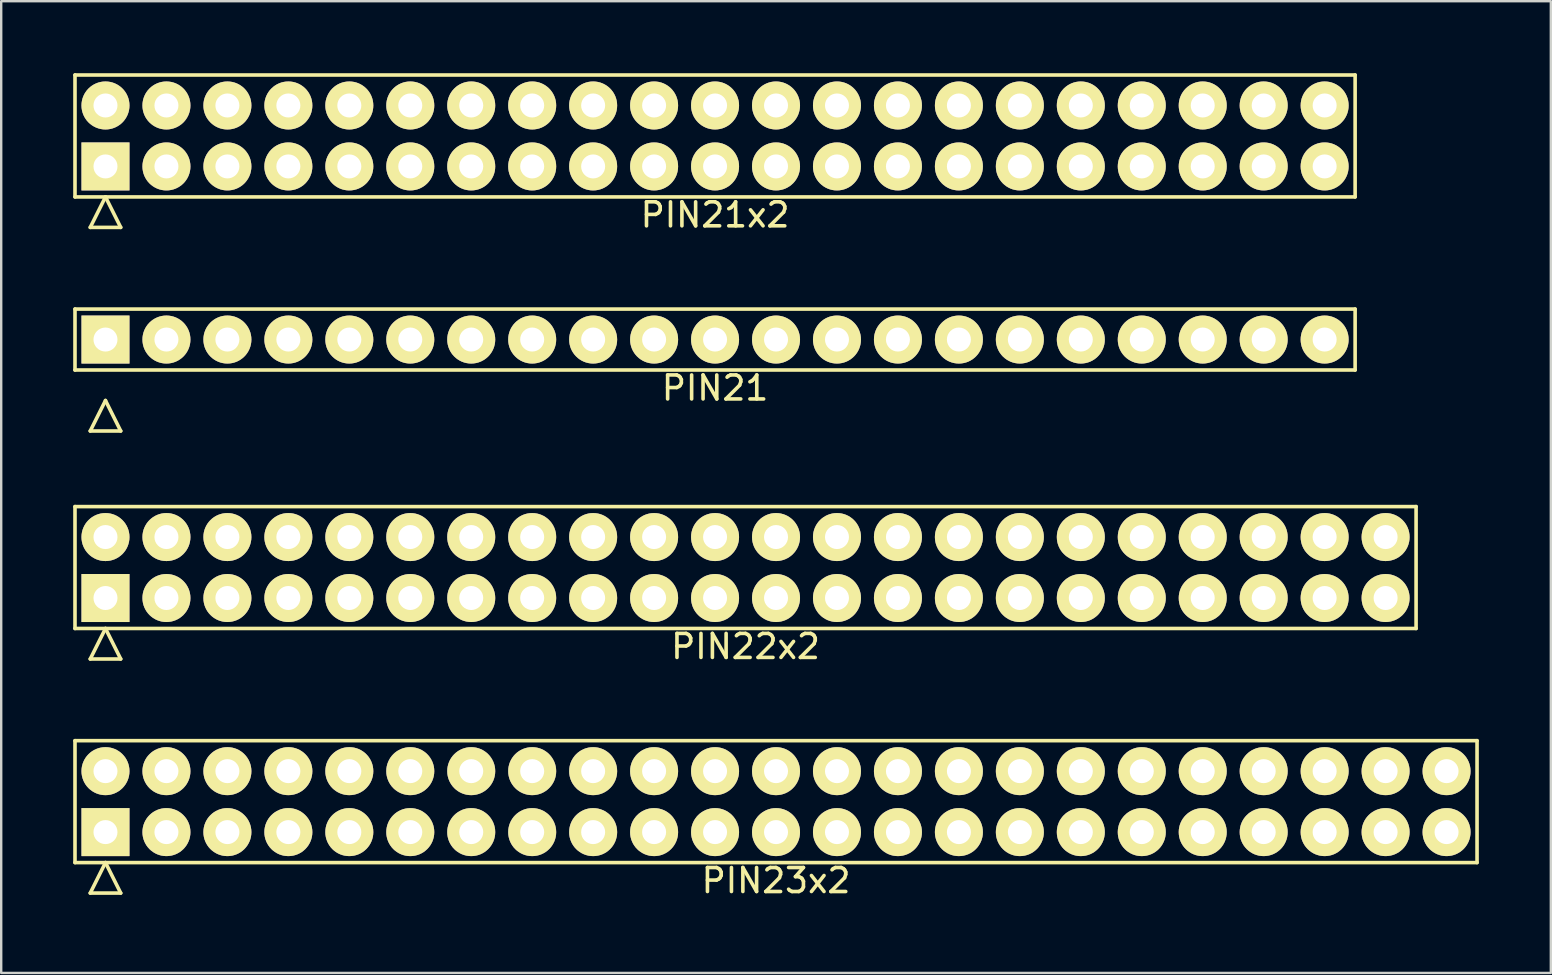
<source format=kicad_pcb>
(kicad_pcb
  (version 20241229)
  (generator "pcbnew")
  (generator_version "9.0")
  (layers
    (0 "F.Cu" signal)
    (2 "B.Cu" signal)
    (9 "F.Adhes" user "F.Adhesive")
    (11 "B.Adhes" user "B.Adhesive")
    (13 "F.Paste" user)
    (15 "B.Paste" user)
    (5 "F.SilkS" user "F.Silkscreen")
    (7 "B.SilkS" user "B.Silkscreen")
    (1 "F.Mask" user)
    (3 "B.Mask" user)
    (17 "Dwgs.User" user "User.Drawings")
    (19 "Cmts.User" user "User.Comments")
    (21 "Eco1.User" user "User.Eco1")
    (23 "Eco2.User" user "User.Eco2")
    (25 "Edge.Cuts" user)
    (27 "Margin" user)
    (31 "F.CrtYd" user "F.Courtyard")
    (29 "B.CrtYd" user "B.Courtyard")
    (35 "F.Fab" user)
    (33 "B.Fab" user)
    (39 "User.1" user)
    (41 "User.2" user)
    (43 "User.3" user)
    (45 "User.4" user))
  (footprint "PIN21"
    (layer "F.Cu")
    (at 26.745 11.098)
    (property "Reference" "PIN21" (at 0 2.02 0) (layer "F.SilkS") (effects (font (size 1 1) (thickness 0.15))))
    (attr through_hole)
    (fp_line (start -26.67 -1.27) (end -26.67 1.27) (stroke (width 0.15) (type solid)) (layer "F.SilkS"))
    (fp_line (start -26.67 1.27) (end 26.67 1.27) (stroke (width 0.15) (type solid)) (layer "F.SilkS"))
    (fp_line (start -26.035 3.81) (end -25.4 2.54) (stroke (width 0.15) (type solid)) (layer "F.SilkS"))
    (fp_line (start -26.035 3.81) (end -24.765 3.81) (stroke (width 0.15) (type solid)) (layer "F.SilkS"))
    (fp_line (start -24.765 3.81) (end -25.4 2.54) (stroke (width 0.15) (type solid)) (layer "F.SilkS"))
    (fp_line (start 26.67 -1.27) (end -26.67 -1.27) (stroke (width 0.15) (type solid)) (layer "F.SilkS"))
    (fp_line (start 26.67 1.27) (end 26.67 -1.27) (stroke (width 0.15) (type solid)) (layer "F.SilkS"))
    (pad "1" thru_hole rect (at -25.4 0) (size 2 2) (drill 1) (layers "*.Cu" "*.Mask" "F.SilkS"))
    (pad "2" thru_hole circle (at -22.86 0) (size 2 2) (drill 1) (layers "*.Cu" "*.Mask" "F.SilkS"))
    (pad "3" thru_hole circle (at -20.32 0) (size 2 2) (drill 1) (layers "*.Cu" "*.Mask" "F.SilkS"))
    (pad "4" thru_hole circle (at -17.78 0) (size 2 2) (drill 1) (layers "*.Cu" "*.Mask" "F.SilkS"))
    (pad "5" thru_hole circle (at -15.24 0) (size 2 2) (drill 1) (layers "*.Cu" "*.Mask" "F.SilkS"))
    (pad "6" thru_hole circle (at -12.7 0) (size 2 2) (drill 1) (layers "*.Cu" "*.Mask" "F.SilkS"))
    (pad "7" thru_hole circle (at -10.16 0) (size 2 2) (drill 1) (layers "*.Cu" "*.Mask" "F.SilkS"))
    (pad "8" thru_hole circle (at -7.62 0) (size 2 2) (drill 1) (layers "*.Cu" "*.Mask" "F.SilkS"))
    (pad "9" thru_hole circle (at -5.08 0) (size 2 2) (drill 1) (layers "*.Cu" "*.Mask" "F.SilkS"))
    (pad "10" thru_hole circle (at -2.54 0) (size 2 2) (drill 1) (layers "*.Cu" "*.Mask" "F.SilkS"))
    (pad "11" thru_hole circle (at 0 0) (size 2 2) (drill 1) (layers "*.Cu" "*.Mask" "F.SilkS"))
    (pad "12" thru_hole circle (at 2.54 0) (size 2 2) (drill 1) (layers "*.Cu" "*.Mask" "F.SilkS"))
    (pad "13" thru_hole circle (at 5.08 0) (size 2 2) (drill 1) (layers "*.Cu" "*.Mask" "F.SilkS"))
    (pad "14" thru_hole circle (at 7.62 0) (size 2 2) (drill 1) (layers "*.Cu" "*.Mask" "F.SilkS"))
    (pad "15" thru_hole circle (at 10.16 0) (size 2 2) (drill 1) (layers "*.Cu" "*.Mask" "F.SilkS"))
    (pad "16" thru_hole circle (at 12.7 0) (size 2 2) (drill 1) (layers "*.Cu" "*.Mask" "F.SilkS"))
    (pad "17" thru_hole circle (at 15.24 0) (size 2 2) (drill 1) (layers "*.Cu" "*.Mask" "F.SilkS"))
    (pad "18" thru_hole circle (at 17.78 0) (size 2 2) (drill 1) (layers "*.Cu" "*.Mask" "F.SilkS"))
    (pad "19" thru_hole circle (at 20.32 0) (size 2 2) (drill 1) (layers "*.Cu" "*.Mask" "F.SilkS"))
    (pad "20" thru_hole circle (at 22.86 0) (size 2 2) (drill 1) (layers "*.Cu" "*.Mask" "F.SilkS"))
    (pad "21" thru_hole circle (at 25.4 0) (size 2 2) (drill 1) (layers "*.Cu" "*.Mask" "F.SilkS")))
  (footprint "PIN22x2"
    (layer "F.Cu")
    (at 28.015 20.598)
    (property "Reference" "PIN22x2" (at 0 3.29 0) (layer "F.SilkS") (effects (font (size 1 1) (thickness 0.15))))
    (attr through_hole)
    (fp_line (start -27.94 -2.54) (end -27.94 2.54) (stroke (width 0.15) (type solid)) (layer "F.SilkS"))
    (fp_line (start -27.94 2.54) (end 27.94 2.54) (stroke (width 0.15) (type solid)) (layer "F.SilkS"))
    (fp_line (start -27.305 3.81) (end -26.67 2.54) (stroke (width 0.15) (type solid)) (layer "F.SilkS"))
    (fp_line (start -27.305 3.81) (end -26.035 3.81) (stroke (width 0.15) (type solid)) (layer "F.SilkS"))
    (fp_line (start -26.035 3.81) (end -26.67 2.54) (stroke (width 0.15) (type solid)) (layer "F.SilkS"))
    (fp_line (start 27.94 -2.54) (end -27.94 -2.54) (stroke (width 0.15) (type solid)) (layer "F.SilkS"))
    (fp_line (start 27.94 2.54) (end 27.94 -2.54) (stroke (width 0.15) (type solid)) (layer "F.SilkS"))
    (pad "1" thru_hole rect (at -26.67 1.27) (size 2 2) (drill 1) (layers "*.Cu" "*.Mask" "F.SilkS"))
    (pad "2" thru_hole circle (at -26.67 -1.27) (size 2 2) (drill 1) (layers "*.Cu" "*.Mask" "F.SilkS"))
    (pad "3" thru_hole circle (at -24.13 1.27) (size 2 2) (drill 1) (layers "*.Cu" "*.Mask" "F.SilkS"))
    (pad "4" thru_hole circle (at -24.13 -1.27) (size 2 2) (drill 1) (layers "*.Cu" "*.Mask" "F.SilkS"))
    (pad "5" thru_hole circle (at -21.59 1.27) (size 2 2) (drill 1) (layers "*.Cu" "*.Mask" "F.SilkS"))
    (pad "6" thru_hole circle (at -21.59 -1.27) (size 2 2) (drill 1) (layers "*.Cu" "*.Mask" "F.SilkS"))
    (pad "7" thru_hole circle (at -19.05 1.27) (size 2 2) (drill 1) (layers "*.Cu" "*.Mask" "F.SilkS"))
    (pad "8" thru_hole circle (at -19.05 -1.27) (size 2 2) (drill 1) (layers "*.Cu" "*.Mask" "F.SilkS"))
    (pad "9" thru_hole circle (at -16.51 1.27) (size 2 2) (drill 1) (layers "*.Cu" "*.Mask" "F.SilkS"))
    (pad "10" thru_hole circle (at -16.51 -1.27) (size 2 2) (drill 1) (layers "*.Cu" "*.Mask" "F.SilkS"))
    (pad "11" thru_hole circle (at -13.97 1.27) (size 2 2) (drill 1) (layers "*.Cu" "*.Mask" "F.SilkS"))
    (pad "12" thru_hole circle (at -13.97 -1.27) (size 2 2) (drill 1) (layers "*.Cu" "*.Mask" "F.SilkS"))
    (pad "13" thru_hole circle (at -11.43 1.27) (size 2 2) (drill 1) (layers "*.Cu" "*.Mask" "F.SilkS"))
    (pad "14" thru_hole circle (at -11.43 -1.27) (size 2 2) (drill 1) (layers "*.Cu" "*.Mask" "F.SilkS"))
    (pad "15" thru_hole circle (at -8.89 1.27) (size 2 2) (drill 1) (layers "*.Cu" "*.Mask" "F.SilkS"))
    (pad "16" thru_hole circle (at -8.89 -1.27) (size 2 2) (drill 1) (layers "*.Cu" "*.Mask" "F.SilkS"))
    (pad "17" thru_hole circle (at -6.35 1.27) (size 2 2) (drill 1) (layers "*.Cu" "*.Mask" "F.SilkS"))
    (pad "18" thru_hole circle (at -6.35 -1.27) (size 2 2) (drill 1) (layers "*.Cu" "*.Mask" "F.SilkS"))
    (pad "19" thru_hole circle (at -3.81 1.27) (size 2 2) (drill 1) (layers "*.Cu" "*.Mask" "F.SilkS"))
    (pad "20" thru_hole circle (at -3.81 -1.27) (size 2 2) (drill 1) (layers "*.Cu" "*.Mask" "F.SilkS"))
    (pad "21" thru_hole circle (at -1.27 1.27) (size 2 2) (drill 1) (layers "*.Cu" "*.Mask" "F.SilkS"))
    (pad "22" thru_hole circle (at -1.27 -1.27) (size 2 2) (drill 1) (layers "*.Cu" "*.Mask" "F.SilkS"))
    (pad "23" thru_hole circle (at 1.27 1.27) (size 2 2) (drill 1) (layers "*.Cu" "*.Mask" "F.SilkS"))
    (pad "24" thru_hole circle (at 1.27 -1.27) (size 2 2) (drill 1) (layers "*.Cu" "*.Mask" "F.SilkS"))
    (pad "25" thru_hole circle (at 3.81 1.27) (size 2 2) (drill 1) (layers "*.Cu" "*.Mask" "F.SilkS"))
    (pad "26" thru_hole circle (at 3.81 -1.27) (size 2 2) (drill 1) (layers "*.Cu" "*.Mask" "F.SilkS"))
    (pad "27" thru_hole circle (at 6.35 1.27) (size 2 2) (drill 1) (layers "*.Cu" "*.Mask" "F.SilkS"))
    (pad "28" thru_hole circle (at 6.35 -1.27) (size 2 2) (drill 1) (layers "*.Cu" "*.Mask" "F.SilkS"))
    (pad "29" thru_hole circle (at 8.89 1.27) (size 2 2) (drill 1) (layers "*.Cu" "*.Mask" "F.SilkS"))
    (pad "30" thru_hole circle (at 8.89 -1.27) (size 2 2) (drill 1) (layers "*.Cu" "*.Mask" "F.SilkS"))
    (pad "31" thru_hole circle (at 11.43 1.27) (size 2 2) (drill 1) (layers "*.Cu" "*.Mask" "F.SilkS"))
    (pad "32" thru_hole circle (at 11.43 -1.27) (size 2 2) (drill 1) (layers "*.Cu" "*.Mask" "F.SilkS"))
    (pad "33" thru_hole circle (at 13.97 1.27) (size 2 2) (drill 1) (layers "*.Cu" "*.Mask" "F.SilkS"))
    (pad "34" thru_hole circle (at 13.97 -1.27) (size 2 2) (drill 1) (layers "*.Cu" "*.Mask" "F.SilkS"))
    (pad "35" thru_hole circle (at 16.51 1.27) (size 2 2) (drill 1) (layers "*.Cu" "*.Mask" "F.SilkS"))
    (pad "36" thru_hole circle (at 16.51 -1.27) (size 2 2) (drill 1) (layers "*.Cu" "*.Mask" "F.SilkS"))
    (pad "37" thru_hole circle (at 19.05 1.27) (size 2 2) (drill 1) (layers "*.Cu" "*.Mask" "F.SilkS"))
    (pad "38" thru_hole circle (at 19.05 -1.27) (size 2 2) (drill 1) (layers "*.Cu" "*.Mask" "F.SilkS"))
    (pad "39" thru_hole circle (at 21.59 1.27) (size 2 2) (drill 1) (layers "*.Cu" "*.Mask" "F.SilkS"))
    (pad "40" thru_hole circle (at 21.59 -1.27) (size 2 2) (drill 1) (layers "*.Cu" "*.Mask" "F.SilkS"))
    (pad "41" thru_hole circle (at 24.13 1.27) (size 2 2) (drill 1) (layers "*.Cu" "*.Mask" "F.SilkS"))
    (pad "42" thru_hole circle (at 24.13 -1.27) (size 2 2) (drill 1) (layers "*.Cu" "*.Mask" "F.SilkS"))
    (pad "43" thru_hole circle (at 26.67 1.27) (size 2 2) (drill 1) (layers "*.Cu" "*.Mask" "F.SilkS"))
    (pad "44" thru_hole circle (at 26.67 -1.27) (size 2 2) (drill 1) (layers "*.Cu" "*.Mask" "F.SilkS")))
  (footprint "PIN21x2"
    (layer "F.Cu")
    (at 26.745 2.615)
    (property "Reference" "PIN21x2" (at 0 3.29 0) (layer "F.SilkS") (effects (font (size 1 1) (thickness 0.15))))
    (attr through_hole)
    (fp_line (start -26.67 -2.54) (end -26.67 2.54) (stroke (width 0.15) (type solid)) (layer "F.SilkS"))
    (fp_line (start -26.67 2.54) (end 26.67 2.54) (stroke (width 0.15) (type solid)) (layer "F.SilkS"))
    (fp_line (start -26.035 3.81) (end -25.4 2.54) (stroke (width 0.15) (type solid)) (layer "F.SilkS"))
    (fp_line (start -26.035 3.81) (end -24.765 3.81) (stroke (width 0.15) (type solid)) (layer "F.SilkS"))
    (fp_line (start -24.765 3.81) (end -25.4 2.54) (stroke (width 0.15) (type solid)) (layer "F.SilkS"))
    (fp_line (start 26.67 -2.54) (end -26.67 -2.54) (stroke (width 0.15) (type solid)) (layer "F.SilkS"))
    (fp_line (start 26.67 2.54) (end 26.67 -2.54) (stroke (width 0.15) (type solid)) (layer "F.SilkS"))
    (pad "1" thru_hole rect (at -25.4 1.27) (size 2 2) (drill 1) (layers "*.Cu" "*.Mask" "F.SilkS"))
    (pad "2" thru_hole circle (at -25.4 -1.27) (size 2 2) (drill 1) (layers "*.Cu" "*.Mask" "F.SilkS"))
    (pad "3" thru_hole circle (at -22.86 1.27) (size 2 2) (drill 1) (layers "*.Cu" "*.Mask" "F.SilkS"))
    (pad "4" thru_hole circle (at -22.86 -1.27) (size 2 2) (drill 1) (layers "*.Cu" "*.Mask" "F.SilkS"))
    (pad "5" thru_hole circle (at -20.32 1.27) (size 2 2) (drill 1) (layers "*.Cu" "*.Mask" "F.SilkS"))
    (pad "6" thru_hole circle (at -20.32 -1.27) (size 2 2) (drill 1) (layers "*.Cu" "*.Mask" "F.SilkS"))
    (pad "7" thru_hole circle (at -17.78 1.27) (size 2 2) (drill 1) (layers "*.Cu" "*.Mask" "F.SilkS"))
    (pad "8" thru_hole circle (at -17.78 -1.27) (size 2 2) (drill 1) (layers "*.Cu" "*.Mask" "F.SilkS"))
    (pad "9" thru_hole circle (at -15.24 1.27) (size 2 2) (drill 1) (layers "*.Cu" "*.Mask" "F.SilkS"))
    (pad "10" thru_hole circle (at -15.24 -1.27) (size 2 2) (drill 1) (layers "*.Cu" "*.Mask" "F.SilkS"))
    (pad "11" thru_hole circle (at -12.7 1.27) (size 2 2) (drill 1) (layers "*.Cu" "*.Mask" "F.SilkS"))
    (pad "12" thru_hole circle (at -12.7 -1.27) (size 2 2) (drill 1) (layers "*.Cu" "*.Mask" "F.SilkS"))
    (pad "13" thru_hole circle (at -10.16 1.27) (size 2 2) (drill 1) (layers "*.Cu" "*.Mask" "F.SilkS"))
    (pad "14" thru_hole circle (at -10.16 -1.27) (size 2 2) (drill 1) (layers "*.Cu" "*.Mask" "F.SilkS"))
    (pad "15" thru_hole circle (at -7.62 1.27) (size 2 2) (drill 1) (layers "*.Cu" "*.Mask" "F.SilkS"))
    (pad "16" thru_hole circle (at -7.62 -1.27) (size 2 2) (drill 1) (layers "*.Cu" "*.Mask" "F.SilkS"))
    (pad "17" thru_hole circle (at -5.08 1.27) (size 2 2) (drill 1) (layers "*.Cu" "*.Mask" "F.SilkS"))
    (pad "18" thru_hole circle (at -5.08 -1.27) (size 2 2) (drill 1) (layers "*.Cu" "*.Mask" "F.SilkS"))
    (pad "19" thru_hole circle (at -2.54 1.27) (size 2 2) (drill 1) (layers "*.Cu" "*.Mask" "F.SilkS"))
    (pad "20" thru_hole circle (at -2.54 -1.27) (size 2 2) (drill 1) (layers "*.Cu" "*.Mask" "F.SilkS"))
    (pad "21" thru_hole circle (at 0 1.27) (size 2 2) (drill 1) (layers "*.Cu" "*.Mask" "F.SilkS"))
    (pad "22" thru_hole circle (at 0 -1.27) (size 2 2) (drill 1) (layers "*.Cu" "*.Mask" "F.SilkS"))
    (pad "23" thru_hole circle (at 2.54 1.27) (size 2 2) (drill 1) (layers "*.Cu" "*.Mask" "F.SilkS"))
    (pad "24" thru_hole circle (at 2.54 -1.27) (size 2 2) (drill 1) (layers "*.Cu" "*.Mask" "F.SilkS"))
    (pad "25" thru_hole circle (at 5.08 1.27) (size 2 2) (drill 1) (layers "*.Cu" "*.Mask" "F.SilkS"))
    (pad "26" thru_hole circle (at 5.08 -1.27) (size 2 2) (drill 1) (layers "*.Cu" "*.Mask" "F.SilkS"))
    (pad "27" thru_hole circle (at 7.62 1.27) (size 2 2) (drill 1) (layers "*.Cu" "*.Mask" "F.SilkS"))
    (pad "28" thru_hole circle (at 7.62 -1.27) (size 2 2) (drill 1) (layers "*.Cu" "*.Mask" "F.SilkS"))
    (pad "29" thru_hole circle (at 10.16 1.27) (size 2 2) (drill 1) (layers "*.Cu" "*.Mask" "F.SilkS"))
    (pad "30" thru_hole circle (at 10.16 -1.27) (size 2 2) (drill 1) (layers "*.Cu" "*.Mask" "F.SilkS"))
    (pad "31" thru_hole circle (at 12.7 1.27) (size 2 2) (drill 1) (layers "*.Cu" "*.Mask" "F.SilkS"))
    (pad "32" thru_hole circle (at 12.7 -1.27) (size 2 2) (drill 1) (layers "*.Cu" "*.Mask" "F.SilkS"))
    (pad "33" thru_hole circle (at 15.24 1.27) (size 2 2) (drill 1) (layers "*.Cu" "*.Mask" "F.SilkS"))
    (pad "34" thru_hole circle (at 15.24 -1.27) (size 2 2) (drill 1) (layers "*.Cu" "*.Mask" "F.SilkS"))
    (pad "35" thru_hole circle (at 17.78 1.27) (size 2 2) (drill 1) (layers "*.Cu" "*.Mask" "F.SilkS"))
    (pad "36" thru_hole circle (at 17.78 -1.27) (size 2 2) (drill 1) (layers "*.Cu" "*.Mask" "F.SilkS"))
    (pad "37" thru_hole circle (at 20.32 1.27) (size 2 2) (drill 1) (layers "*.Cu" "*.Mask" "F.SilkS"))
    (pad "38" thru_hole circle (at 20.32 -1.27) (size 2 2) (drill 1) (layers "*.Cu" "*.Mask" "F.SilkS"))
    (pad "39" thru_hole circle (at 22.86 1.27) (size 2 2) (drill 1) (layers "*.Cu" "*.Mask" "F.SilkS"))
    (pad "40" thru_hole circle (at 22.86 -1.27) (size 2 2) (drill 1) (layers "*.Cu" "*.Mask" "F.SilkS"))
    (pad "41" thru_hole circle (at 25.4 1.27) (size 2 2) (drill 1) (layers "*.Cu" "*.Mask" "F.SilkS"))
    (pad "42" thru_hole circle (at 25.4 -1.27) (size 2 2) (drill 1) (layers "*.Cu" "*.Mask" "F.SilkS")))
  (footprint "PIN23x2"
    (layer "F.Cu")
    (at 29.285 30.352)
    (property "Reference" "PIN23x2" (at 0 3.29 0) (layer "F.SilkS") (effects (font (size 1 1) (thickness 0.15))))
    (attr through_hole)
    (fp_line (start -29.21 -2.54) (end -29.21 2.54) (stroke (width 0.15) (type solid)) (layer "F.SilkS"))
    (fp_line (start -29.21 2.54) (end 29.21 2.54) (stroke (width 0.15) (type solid)) (layer "F.SilkS"))
    (fp_line (start -28.575 3.81) (end -27.94 2.54) (stroke (width 0.15) (type solid)) (layer "F.SilkS"))
    (fp_line (start -28.575 3.81) (end -27.305 3.81) (stroke (width 0.15) (type solid)) (layer "F.SilkS"))
    (fp_line (start -27.305 3.81) (end -27.94 2.54) (stroke (width 0.15) (type solid)) (layer "F.SilkS"))
    (fp_line (start 29.21 -2.54) (end -29.21 -2.54) (stroke (width 0.15) (type solid)) (layer "F.SilkS"))
    (fp_line (start 29.21 2.54) (end 29.21 -2.54) (stroke (width 0.15) (type solid)) (layer "F.SilkS"))
    (pad "1" thru_hole rect (at -27.94 1.27) (size 2 2) (drill 1) (layers "*.Cu" "*.Mask" "F.SilkS"))
    (pad "2" thru_hole circle (at -27.94 -1.27) (size 2 2) (drill 1) (layers "*.Cu" "*.Mask" "F.SilkS"))
    (pad "3" thru_hole circle (at -25.4 1.27) (size 2 2) (drill 1) (layers "*.Cu" "*.Mask" "F.SilkS"))
    (pad "4" thru_hole circle (at -25.4 -1.27) (size 2 2) (drill 1) (layers "*.Cu" "*.Mask" "F.SilkS"))
    (pad "5" thru_hole circle (at -22.86 1.27) (size 2 2) (drill 1) (layers "*.Cu" "*.Mask" "F.SilkS"))
    (pad "6" thru_hole circle (at -22.86 -1.27) (size 2 2) (drill 1) (layers "*.Cu" "*.Mask" "F.SilkS"))
    (pad "7" thru_hole circle (at -20.32 1.27) (size 2 2) (drill 1) (layers "*.Cu" "*.Mask" "F.SilkS"))
    (pad "8" thru_hole circle (at -20.32 -1.27) (size 2 2) (drill 1) (layers "*.Cu" "*.Mask" "F.SilkS"))
    (pad "9" thru_hole circle (at -17.78 1.27) (size 2 2) (drill 1) (layers "*.Cu" "*.Mask" "F.SilkS"))
    (pad "10" thru_hole circle (at -17.78 -1.27) (size 2 2) (drill 1) (layers "*.Cu" "*.Mask" "F.SilkS"))
    (pad "11" thru_hole circle (at -15.24 1.27) (size 2 2) (drill 1) (layers "*.Cu" "*.Mask" "F.SilkS"))
    (pad "12" thru_hole circle (at -15.24 -1.27) (size 2 2) (drill 1) (layers "*.Cu" "*.Mask" "F.SilkS"))
    (pad "13" thru_hole circle (at -12.7 1.27) (size 2 2) (drill 1) (layers "*.Cu" "*.Mask" "F.SilkS"))
    (pad "14" thru_hole circle (at -12.7 -1.27) (size 2 2) (drill 1) (layers "*.Cu" "*.Mask" "F.SilkS"))
    (pad "15" thru_hole circle (at -10.16 1.27) (size 2 2) (drill 1) (layers "*.Cu" "*.Mask" "F.SilkS"))
    (pad "16" thru_hole circle (at -10.16 -1.27) (size 2 2) (drill 1) (layers "*.Cu" "*.Mask" "F.SilkS"))
    (pad "17" thru_hole circle (at -7.62 1.27) (size 2 2) (drill 1) (layers "*.Cu" "*.Mask" "F.SilkS"))
    (pad "18" thru_hole circle (at -7.62 -1.27) (size 2 2) (drill 1) (layers "*.Cu" "*.Mask" "F.SilkS"))
    (pad "19" thru_hole circle (at -5.08 1.27) (size 2 2) (drill 1) (layers "*.Cu" "*.Mask" "F.SilkS"))
    (pad "20" thru_hole circle (at -5.08 -1.27) (size 2 2) (drill 1) (layers "*.Cu" "*.Mask" "F.SilkS"))
    (pad "21" thru_hole circle (at -2.54 1.27) (size 2 2) (drill 1) (layers "*.Cu" "*.Mask" "F.SilkS"))
    (pad "22" thru_hole circle (at -2.54 -1.27) (size 2 2) (drill 1) (layers "*.Cu" "*.Mask" "F.SilkS"))
    (pad "23" thru_hole circle (at 0 1.27) (size 2 2) (drill 1) (layers "*.Cu" "*.Mask" "F.SilkS"))
    (pad "24" thru_hole circle (at 0 -1.27) (size 2 2) (drill 1) (layers "*.Cu" "*.Mask" "F.SilkS"))
    (pad "25" thru_hole circle (at 2.54 1.27) (size 2 2) (drill 1) (layers "*.Cu" "*.Mask" "F.SilkS"))
    (pad "26" thru_hole circle (at 2.54 -1.27) (size 2 2) (drill 1) (layers "*.Cu" "*.Mask" "F.SilkS"))
    (pad "27" thru_hole circle (at 5.08 1.27) (size 2 2) (drill 1) (layers "*.Cu" "*.Mask" "F.SilkS"))
    (pad "28" thru_hole circle (at 5.08 -1.27) (size 2 2) (drill 1) (layers "*.Cu" "*.Mask" "F.SilkS"))
    (pad "29" thru_hole circle (at 7.62 1.27) (size 2 2) (drill 1) (layers "*.Cu" "*.Mask" "F.SilkS"))
    (pad "30" thru_hole circle (at 7.62 -1.27) (size 2 2) (drill 1) (layers "*.Cu" "*.Mask" "F.SilkS"))
    (pad "31" thru_hole circle (at 10.16 1.27) (size 2 2) (drill 1) (layers "*.Cu" "*.Mask" "F.SilkS"))
    (pad "32" thru_hole circle (at 10.16 -1.27) (size 2 2) (drill 1) (layers "*.Cu" "*.Mask" "F.SilkS"))
    (pad "33" thru_hole circle (at 12.7 1.27) (size 2 2) (drill 1) (layers "*.Cu" "*.Mask" "F.SilkS"))
    (pad "34" thru_hole circle (at 12.7 -1.27) (size 2 2) (drill 1) (layers "*.Cu" "*.Mask" "F.SilkS"))
    (pad "35" thru_hole circle (at 15.24 1.27) (size 2 2) (drill 1) (layers "*.Cu" "*.Mask" "F.SilkS"))
    (pad "36" thru_hole circle (at 15.24 -1.27) (size 2 2) (drill 1) (layers "*.Cu" "*.Mask" "F.SilkS"))
    (pad "37" thru_hole circle (at 17.78 1.27) (size 2 2) (drill 1) (layers "*.Cu" "*.Mask" "F.SilkS"))
    (pad "38" thru_hole circle (at 17.78 -1.27) (size 2 2) (drill 1) (layers "*.Cu" "*.Mask" "F.SilkS"))
    (pad "39" thru_hole circle (at 20.32 1.27) (size 2 2) (drill 1) (layers "*.Cu" "*.Mask" "F.SilkS"))
    (pad "40" thru_hole circle (at 20.32 -1.27) (size 2 2) (drill 1) (layers "*.Cu" "*.Mask" "F.SilkS"))
    (pad "41" thru_hole circle (at 22.86 1.27) (size 2 2) (drill 1) (layers "*.Cu" "*.Mask" "F.SilkS"))
    (pad "42" thru_hole circle (at 22.86 -1.27) (size 2 2) (drill 1) (layers "*.Cu" "*.Mask" "F.SilkS"))
    (pad "43" thru_hole circle (at 25.4 1.27) (size 2 2) (drill 1) (layers "*.Cu" "*.Mask" "F.SilkS"))
    (pad "44" thru_hole circle (at 25.4 -1.27) (size 2 2) (drill 1) (layers "*.Cu" "*.Mask" "F.SilkS"))
    (pad "45" thru_hole circle (at 27.94 1.27) (size 2 2) (drill 1) (layers "*.Cu" "*.Mask" "F.SilkS"))
    (pad "46" thru_hole circle (at 27.94 -1.27) (size 2 2) (drill 1) (layers "*.Cu" "*.Mask" "F.SilkS")))
  (gr_rect
    (start -3 -3)
    (end 61.57 37.49)
    (stroke (width 0.1) (type default))
    (fill no)
    (layer "Edge.Cuts")))
</source>
